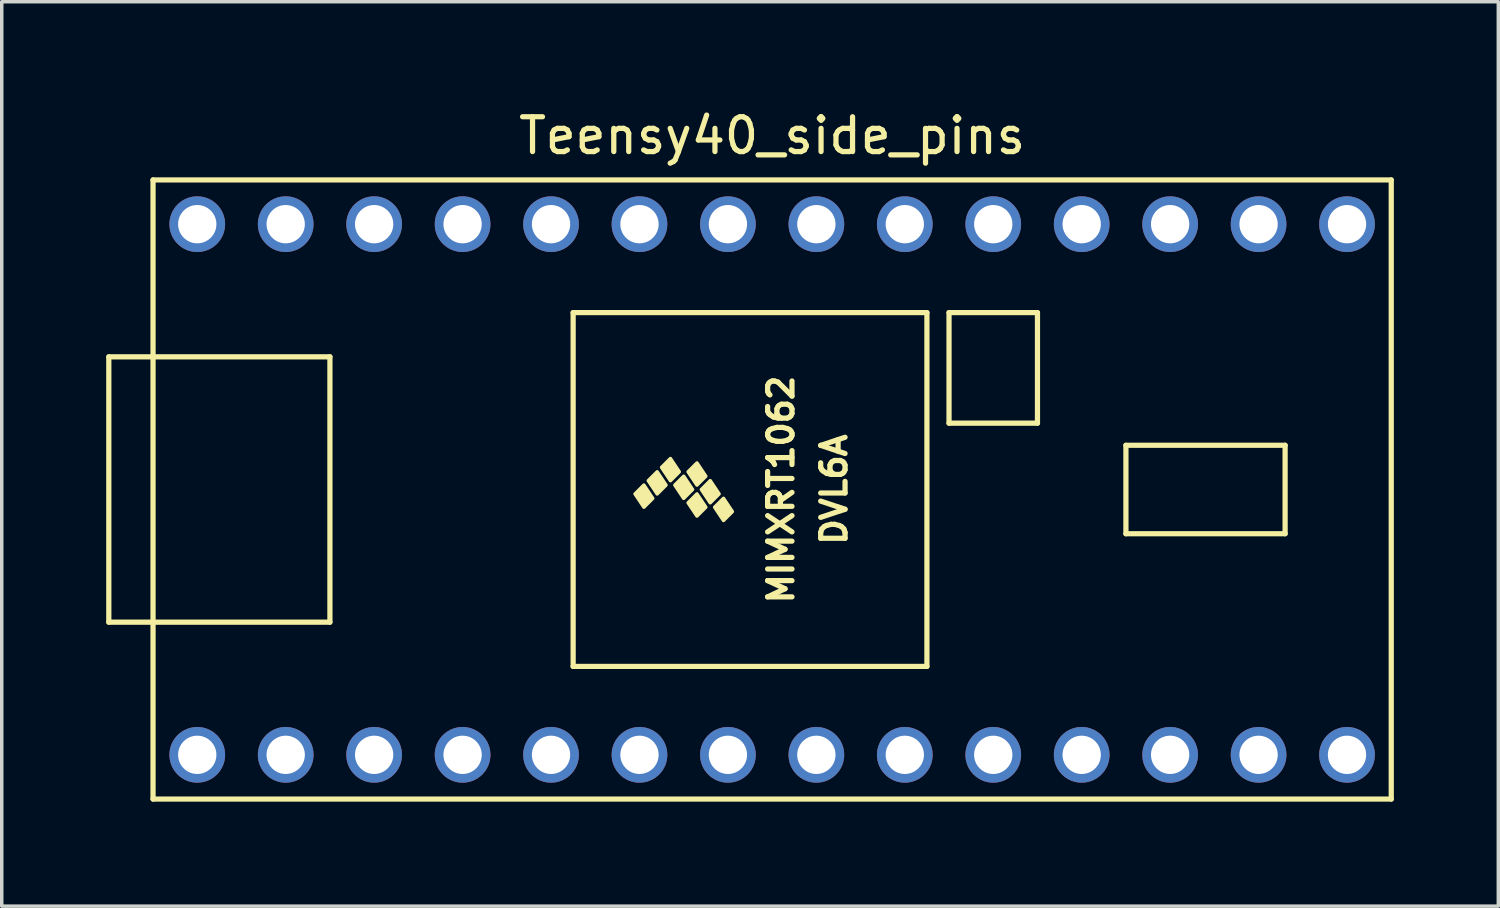
<source format=kicad_pcb>
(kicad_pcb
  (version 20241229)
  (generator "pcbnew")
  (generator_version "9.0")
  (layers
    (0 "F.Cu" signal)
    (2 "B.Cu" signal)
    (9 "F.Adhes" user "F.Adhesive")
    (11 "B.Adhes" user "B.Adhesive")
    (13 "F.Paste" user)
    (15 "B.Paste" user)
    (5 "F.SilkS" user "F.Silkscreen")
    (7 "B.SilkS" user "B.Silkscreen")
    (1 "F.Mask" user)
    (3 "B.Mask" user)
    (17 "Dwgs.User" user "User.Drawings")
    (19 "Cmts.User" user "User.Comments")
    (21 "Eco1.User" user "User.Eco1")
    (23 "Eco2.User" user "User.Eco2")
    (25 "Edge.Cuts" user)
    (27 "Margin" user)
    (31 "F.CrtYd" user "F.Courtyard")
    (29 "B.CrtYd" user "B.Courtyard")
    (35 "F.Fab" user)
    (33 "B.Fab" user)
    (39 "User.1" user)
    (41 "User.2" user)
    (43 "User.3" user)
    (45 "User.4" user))
  (footprint "Teensy40_side_pins"
    (layer "F.Cu")
    (at 19.125 11.008)
    (property "Reference" "Teensy40_side_pins" (at 0 -10.16 0) (layer "F.SilkS") (effects (font (size 1 1) (thickness 0.15))))
    (attr through_hole)
    (fp_line (start -19.05 -3.81) (end -17.78 -3.81) (stroke (width 0.15) (type solid)) (layer "F.SilkS"))
    (fp_line (start -19.05 3.81) (end -19.05 -3.81) (stroke (width 0.15) (type solid)) (layer "F.SilkS"))
    (fp_line (start -17.78 -8.89) (end 17.78 -8.89) (stroke (width 0.15) (type solid)) (layer "F.SilkS"))
    (fp_line (start -17.78 3.81) (end -19.05 3.81) (stroke (width 0.15) (type solid)) (layer "F.SilkS"))
    (fp_line (start -17.78 8.89) (end -17.78 -8.89) (stroke (width 0.15) (type solid)) (layer "F.SilkS"))
    (fp_line (start -12.7 -3.81) (end -17.78 -3.81) (stroke (width 0.15) (type solid)) (layer "F.SilkS"))
    (fp_line (start -12.7 3.81) (end -17.78 3.81) (stroke (width 0.15) (type solid)) (layer "F.SilkS"))
    (fp_line (start -12.7 3.81) (end -12.7 -3.81) (stroke (width 0.15) (type solid)) (layer "F.SilkS"))
    (fp_line (start -5.715 -5.08) (end -5.715 5.08) (stroke (width 0.15) (type solid)) (layer "F.SilkS"))
    (fp_line (start 4.445 -5.08) (end -5.715 -5.08) (stroke (width 0.15) (type solid)) (layer "F.SilkS"))
    (fp_line (start 4.445 5.08) (end -5.715 5.08) (stroke (width 0.15) (type solid)) (layer "F.SilkS"))
    (fp_line (start 4.445 5.08) (end 4.445 -5.08) (stroke (width 0.15) (type solid)) (layer "F.SilkS"))
    (fp_line (start 5.08 -5.08) (end 7.62 -5.08) (stroke (width 0.15) (type solid)) (layer "F.SilkS"))
    (fp_line (start 5.08 -1.905) (end 5.08 -5.08) (stroke (width 0.15) (type solid)) (layer "F.SilkS"))
    (fp_line (start 7.62 -5.08) (end 7.62 -1.905) (stroke (width 0.15) (type solid)) (layer "F.SilkS"))
    (fp_line (start 7.62 -1.905) (end 5.08 -1.905) (stroke (width 0.15) (type solid)) (layer "F.SilkS"))
    (fp_line (start 10.16 -1.27) (end 14.732 -1.27) (stroke (width 0.15) (type solid)) (layer "F.SilkS"))
    (fp_line (start 10.16 1.27) (end 10.16 -1.27) (stroke (width 0.15) (type solid)) (layer "F.SilkS"))
    (fp_line (start 14.732 -1.27) (end 14.732 1.27) (stroke (width 0.15) (type solid)) (layer "F.SilkS"))
    (fp_line (start 14.732 1.27) (end 10.16 1.27) (stroke (width 0.15) (type solid)) (layer "F.SilkS"))
    (fp_line (start 17.78 -8.89) (end 17.78 8.89) (stroke (width 0.15) (type solid)) (layer "F.SilkS"))
    (fp_line (start 17.78 8.89) (end -17.78 8.89) (stroke (width 0.15) (type solid)) (layer "F.SilkS"))
    (fp_poly (pts (xy -3.937 0.127) (xy -3.683 -0.127) (xy -3.429 0.254) (xy -3.683 0.508)) (stroke (width 0.1) (type solid)) (fill yes) (layer "F.SilkS"))
    (fp_poly (pts (xy -3.556 -0.254) (xy -3.302 -0.508) (xy -3.048 -0.127) (xy -3.302 0.127)) (stroke (width 0.1) (type solid)) (fill yes) (layer "F.SilkS"))
    (fp_poly (pts (xy -3.175 -0.635) (xy -2.921 -0.889) (xy -2.667 -0.508) (xy -2.921 -0.254)) (stroke (width 0.1) (type solid)) (fill yes) (layer "F.SilkS"))
    (fp_poly (pts (xy -2.794 -0.127) (xy -2.54 -0.381) (xy -2.286 0) (xy -2.54 0.254)) (stroke (width 0.1) (type solid)) (fill yes) (layer "F.SilkS"))
    (fp_poly (pts (xy -2.413 -0.508) (xy -2.159 -0.762) (xy -1.905 -0.381) (xy -2.159 -0.127)) (stroke (width 0.1) (type solid)) (fill yes) (layer "F.SilkS"))
    (fp_poly (pts (xy -2.413 0.381) (xy -2.159 0.127) (xy -1.905 0.508) (xy -2.159 0.762)) (stroke (width 0.1) (type solid)) (fill yes) (layer "F.SilkS"))
    (fp_poly (pts (xy -2.032 0) (xy -1.778 -0.254) (xy -1.524 0.127) (xy -1.778 0.381)) (stroke (width 0.1) (type solid)) (fill yes) (layer "F.SilkS"))
    (fp_poly (pts (xy -1.651 0.508) (xy -1.397 0.254) (xy -1.143 0.635) (xy -1.397 0.889)) (stroke (width 0.1) (type solid)) (fill yes) (layer "F.SilkS"))
    (fp_text user "MIMXRT1062" (at 0.254 0 90) (layer "F.SilkS") (effects (font (size 0.7 0.7) (thickness 0.15))))
    (fp_text user "DVL6A" (at 1.778 0 90) (layer "F.SilkS") (effects (font (size 0.7 0.7) (thickness 0.15))))
    (pad "1" thru_hole circle (at -16.51 7.62) (size 1.6 1.6) (drill 1.1) (layers "*.Cu" "*.Mask"))
    (pad "2" thru_hole circle (at -13.97 7.62) (size 1.6 1.6) (drill 1.1) (layers "*.Cu" "*.Mask"))
    (pad "3" thru_hole circle (at -11.43 7.62) (size 1.6 1.6) (drill 1.1) (layers "*.Cu" "*.Mask"))
    (pad "4" thru_hole circle (at -8.89 7.62) (size 1.6 1.6) (drill 1.1) (layers "*.Cu" "*.Mask"))
    (pad "5" thru_hole circle (at -6.35 7.62) (size 1.6 1.6) (drill 1.1) (layers "*.Cu" "*.Mask"))
    (pad "6" thru_hole circle (at -3.81 7.62) (size 1.6 1.6) (drill 1.1) (layers "*.Cu" "*.Mask"))
    (pad "7" thru_hole circle (at -1.27 7.62) (size 1.6 1.6) (drill 1.1) (layers "*.Cu" "*.Mask"))
    (pad "8" thru_hole circle (at 1.27 7.62) (size 1.6 1.6) (drill 1.1) (layers "*.Cu" "*.Mask"))
    (pad "9" thru_hole circle (at 3.81 7.62) (size 1.6 1.6) (drill 1.1) (layers "*.Cu" "*.Mask"))
    (pad "10" thru_hole circle (at 6.35 7.62) (size 1.6 1.6) (drill 1.1) (layers "*.Cu" "*.Mask"))
    (pad "11" thru_hole circle (at 8.89 7.62) (size 1.6 1.6) (drill 1.1) (layers "*.Cu" "*.Mask"))
    (pad "12" thru_hole circle (at 11.43 7.62) (size 1.6 1.6) (drill 1.1) (layers "*.Cu" "*.Mask"))
    (pad "13" thru_hole circle (at 13.97 7.62) (size 1.6 1.6) (drill 1.1) (layers "*.Cu" "*.Mask"))
    (pad "14" thru_hole circle (at 16.51 7.62) (size 1.6 1.6) (drill 1.1) (layers "*.Cu" "*.Mask"))
    (pad "20" thru_hole circle (at 16.51 -7.62) (size 1.6 1.6) (drill 1.1) (layers "*.Cu" "*.Mask"))
    (pad "21" thru_hole circle (at 13.97 -7.62) (size 1.6 1.6) (drill 1.1) (layers "*.Cu" "*.Mask"))
    (pad "22" thru_hole circle (at 11.43 -7.62) (size 1.6 1.6) (drill 1.1) (layers "*.Cu" "*.Mask"))
    (pad "23" thru_hole circle (at 8.89 -7.62) (size 1.6 1.6) (drill 1.1) (layers "*.Cu" "*.Mask"))
    (pad "24" thru_hole circle (at 6.35 -7.62) (size 1.6 1.6) (drill 1.1) (layers "*.Cu" "*.Mask"))
    (pad "25" thru_hole circle (at 3.81 -7.62) (size 1.6 1.6) (drill 1.1) (layers "*.Cu" "*.Mask"))
    (pad "26" thru_hole circle (at 1.27 -7.62) (size 1.6 1.6) (drill 1.1) (layers "*.Cu" "*.Mask"))
    (pad "27" thru_hole circle (at -1.27 -7.62) (size 1.6 1.6) (drill 1.1) (layers "*.Cu" "*.Mask"))
    (pad "28" thru_hole circle (at -3.81 -7.62) (size 1.6 1.6) (drill 1.1) (layers "*.Cu" "*.Mask"))
    (pad "29" thru_hole circle (at -6.35 -7.62) (size 1.6 1.6) (drill 1.1) (layers "*.Cu" "*.Mask"))
    (pad "30" thru_hole circle (at -8.89 -7.62) (size 1.6 1.6) (drill 1.1) (layers "*.Cu" "*.Mask"))
    (pad "31" thru_hole circle (at -11.43 -7.62) (size 1.6 1.6) (drill 1.1) (layers "*.Cu" "*.Mask"))
    (pad "32" thru_hole circle (at -13.97 -7.62) (size 1.6 1.6) (drill 1.1) (layers "*.Cu" "*.Mask"))
    (pad "33" thru_hole circle (at -16.51 -7.62) (size 1.6 1.6) (drill 1.1) (layers "*.Cu" "*.Mask")))
  (gr_rect
    (start -3 -3)
    (end 39.98 22.973)
    (stroke (width 0.1) (type default))
    (fill no)
    (layer "Edge.Cuts")))
</source>
